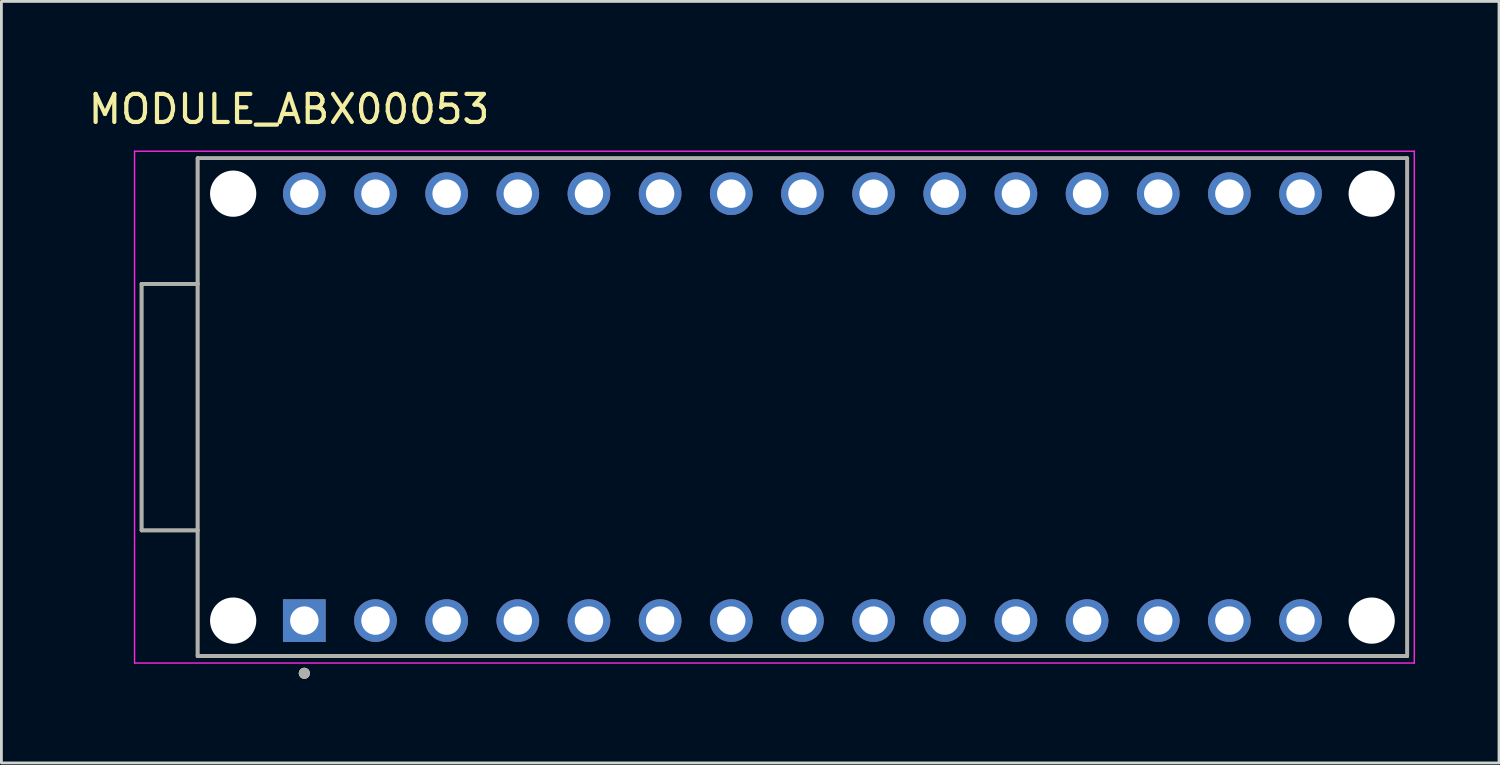
<source format=kicad_pcb>
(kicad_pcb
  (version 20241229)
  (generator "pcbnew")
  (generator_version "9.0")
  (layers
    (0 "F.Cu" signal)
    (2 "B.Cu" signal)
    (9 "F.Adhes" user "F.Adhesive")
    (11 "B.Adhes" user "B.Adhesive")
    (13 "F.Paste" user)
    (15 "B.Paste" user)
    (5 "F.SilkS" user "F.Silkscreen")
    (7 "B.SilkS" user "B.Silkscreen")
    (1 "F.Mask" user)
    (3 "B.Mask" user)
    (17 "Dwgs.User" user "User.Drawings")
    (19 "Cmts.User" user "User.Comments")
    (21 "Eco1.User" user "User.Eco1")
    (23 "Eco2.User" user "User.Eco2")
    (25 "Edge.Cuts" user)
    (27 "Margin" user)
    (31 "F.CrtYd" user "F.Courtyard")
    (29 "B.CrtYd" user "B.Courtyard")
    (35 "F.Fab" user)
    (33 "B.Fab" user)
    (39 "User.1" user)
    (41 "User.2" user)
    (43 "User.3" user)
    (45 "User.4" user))
  (footprint "MODULE_ABX00053"
    (layer "F.Cu")
    (at 25.593 11.483)
    (property "Reference" "MODULE_ABX00053" (at -18.325 -10.635 0) (layer "F.SilkS") (effects (font (size 1 1) (thickness 0.15))))
    (attr through_hole)
    (fp_line (start -23.59 -4.4) (end -23.59 4.4) (stroke (width 0.127) (type solid)) (layer "F.SilkS"))
    (fp_line (start -23.59 4.4) (end -21.59 4.4) (stroke (width 0.127) (type solid)) (layer "F.SilkS"))
    (fp_line (start -21.59 -8.885) (end -21.59 -4.4) (stroke (width 0.127) (type solid)) (layer "F.SilkS"))
    (fp_line (start -21.59 -4.4) (end -23.59 -4.4) (stroke (width 0.127) (type solid)) (layer "F.SilkS"))
    (fp_line (start -21.59 -4.4) (end -21.59 4.4) (stroke (width 0.127) (type solid)) (layer "F.SilkS"))
    (fp_line (start -21.59 4.4) (end -21.59 8.885) (stroke (width 0.127) (type solid)) (layer "F.SilkS"))
    (fp_line (start -21.59 8.885) (end 21.59 8.885) (stroke (width 0.127) (type solid)) (layer "F.SilkS"))
    (fp_line (start 21.59 -8.885) (end -21.59 -8.885) (stroke (width 0.127) (type solid)) (layer "F.SilkS"))
    (fp_line (start 21.59 8.885) (end 21.59 -8.885) (stroke (width 0.127) (type solid)) (layer "F.SilkS"))
    (fp_circle (center -17.78 9.5) (end -17.68 9.5) (stroke (width 0.2) (type solid)) (fill no) (layer "F.SilkS"))
    (fp_line (start -23.84 -9.135) (end -23.84 4.65) (stroke (width 0.05) (type solid)) (layer "F.CrtYd"))
    (fp_line (start -23.84 4.65) (end -23.84 9.135) (stroke (width 0.05) (type solid)) (layer "F.CrtYd"))
    (fp_line (start -23.84 9.135) (end 21.84 9.135) (stroke (width 0.05) (type solid)) (layer "F.CrtYd"))
    (fp_line (start 21.84 -9.135) (end -23.84 -9.135) (stroke (width 0.05) (type solid)) (layer "F.CrtYd"))
    (fp_line (start 21.84 9.135) (end 21.84 -9.135) (stroke (width 0.05) (type solid)) (layer "F.CrtYd"))
    (fp_line (start -23.59 -4.4) (end -23.59 4.4) (stroke (width 0.127) (type solid)) (layer "F.Fab"))
    (fp_line (start -23.59 4.4) (end -21.59 4.4) (stroke (width 0.127) (type solid)) (layer "F.Fab"))
    (fp_line (start -21.59 -8.885) (end -21.59 8.885) (stroke (width 0.127) (type solid)) (layer "F.Fab"))
    (fp_line (start -21.59 -4.4) (end -23.59 -4.4) (stroke (width 0.127) (type solid)) (layer "F.Fab"))
    (fp_line (start -21.59 8.885) (end 21.59 8.885) (stroke (width 0.127) (type solid)) (layer "F.Fab"))
    (fp_line (start 21.59 -8.885) (end -21.59 -8.885) (stroke (width 0.127) (type solid)) (layer "F.Fab"))
    (fp_line (start 21.59 8.885) (end 21.59 -8.885) (stroke (width 0.127) (type solid)) (layer "F.Fab"))
    (fp_circle (center -17.78 9.5) (end -17.68 9.5) (stroke (width 0.2) (type solid)) (fill no) (layer "F.Fab"))
    (pad "" np_thru_hole circle (at -20.32 -7.62) (size 1.65 1.65) (drill 1.65) (layers "*.Cu" "*.Mask"))
    (pad "" np_thru_hole circle (at -20.32 7.62) (size 1.65 1.65) (drill 1.65) (layers "*.Cu" "*.Mask"))
    (pad "" np_thru_hole circle (at 20.32 -7.62) (size 1.65 1.65) (drill 1.65) (layers "*.Cu" "*.Mask"))
    (pad "" np_thru_hole circle (at 20.32 7.62) (size 1.65 1.65) (drill 1.65) (layers "*.Cu" "*.Mask"))
    (pad "1" thru_hole rect (at -17.78 7.62) (size 1.524 1.524) (drill 1.016) (layers "*.Cu" "*.Mask"))
    (pad "2" thru_hole circle (at -15.24 7.62) (size 1.524 1.524) (drill 1.016) (layers "*.Cu" "*.Mask"))
    (pad "3" thru_hole circle (at -12.7 7.62) (size 1.524 1.524) (drill 1.016) (layers "*.Cu" "*.Mask"))
    (pad "4" thru_hole circle (at -10.16 7.62) (size 1.524 1.524) (drill 1.016) (layers "*.Cu" "*.Mask"))
    (pad "5" thru_hole circle (at -7.62 7.62) (size 1.524 1.524) (drill 1.016) (layers "*.Cu" "*.Mask"))
    (pad "6" thru_hole circle (at -5.08 7.62) (size 1.524 1.524) (drill 1.016) (layers "*.Cu" "*.Mask"))
    (pad "7" thru_hole circle (at -2.54 7.62) (size 1.524 1.524) (drill 1.016) (layers "*.Cu" "*.Mask"))
    (pad "8" thru_hole circle (at 0 7.62) (size 1.524 1.524) (drill 1.016) (layers "*.Cu" "*.Mask"))
    (pad "9" thru_hole circle (at 2.54 7.62) (size 1.524 1.524) (drill 1.016) (layers "*.Cu" "*.Mask"))
    (pad "10" thru_hole circle (at 5.08 7.62) (size 1.524 1.524) (drill 1.016) (layers "*.Cu" "*.Mask"))
    (pad "11" thru_hole circle (at 7.62 7.62) (size 1.524 1.524) (drill 1.016) (layers "*.Cu" "*.Mask"))
    (pad "12" thru_hole circle (at 10.16 7.62) (size 1.524 1.524) (drill 1.016) (layers "*.Cu" "*.Mask"))
    (pad "13" thru_hole circle (at 12.7 7.62) (size 1.524 1.524) (drill 1.016) (layers "*.Cu" "*.Mask"))
    (pad "14" thru_hole circle (at 15.24 7.62) (size 1.524 1.524) (drill 1.016) (layers "*.Cu" "*.Mask"))
    (pad "15" thru_hole circle (at 17.78 7.62) (size 1.524 1.524) (drill 1.016) (layers "*.Cu" "*.Mask"))
    (pad "16" thru_hole circle (at 17.78 -7.62) (size 1.524 1.524) (drill 1.016) (layers "*.Cu" "*.Mask"))
    (pad "17" thru_hole circle (at 15.24 -7.62) (size 1.524 1.524) (drill 1.016) (layers "*.Cu" "*.Mask"))
    (pad "18" thru_hole circle (at 12.7 -7.62) (size 1.524 1.524) (drill 1.016) (layers "*.Cu" "*.Mask"))
    (pad "19" thru_hole circle (at 10.16 -7.62) (size 1.524 1.524) (drill 1.016) (layers "*.Cu" "*.Mask"))
    (pad "20" thru_hole circle (at 7.62 -7.62) (size 1.524 1.524) (drill 1.016) (layers "*.Cu" "*.Mask"))
    (pad "21" thru_hole circle (at 5.08 -7.62) (size 1.524 1.524) (drill 1.016) (layers "*.Cu" "*.Mask"))
    (pad "22" thru_hole circle (at 2.54 -7.62) (size 1.524 1.524) (drill 1.016) (layers "*.Cu" "*.Mask"))
    (pad "23" thru_hole circle (at 0 -7.62) (size 1.524 1.524) (drill 1.016) (layers "*.Cu" "*.Mask"))
    (pad "24" thru_hole circle (at -2.54 -7.62) (size 1.524 1.524) (drill 1.016) (layers "*.Cu" "*.Mask"))
    (pad "25" thru_hole circle (at -5.08 -7.62) (size 1.524 1.524) (drill 1.016) (layers "*.Cu" "*.Mask"))
    (pad "26" thru_hole circle (at -7.62 -7.62) (size 1.524 1.524) (drill 1.016) (layers "*.Cu" "*.Mask"))
    (pad "27" thru_hole circle (at -10.16 -7.62) (size 1.524 1.524) (drill 1.016) (layers "*.Cu" "*.Mask"))
    (pad "28" thru_hole circle (at -12.7 -7.62) (size 1.524 1.524) (drill 1.016) (layers "*.Cu" "*.Mask"))
    (pad "29" thru_hole circle (at -15.24 -7.62) (size 1.524 1.524) (drill 1.016) (layers "*.Cu" "*.Mask"))
    (pad "30" thru_hole circle (at -17.78 -7.62) (size 1.524 1.524) (drill 1.016) (layers "*.Cu" "*.Mask")))
  (gr_rect
    (start -3 -3)
    (end 50.458 24.183)
    (stroke (width 0.1) (type default))
    (fill no)
    (layer "Edge.Cuts")))
</source>
